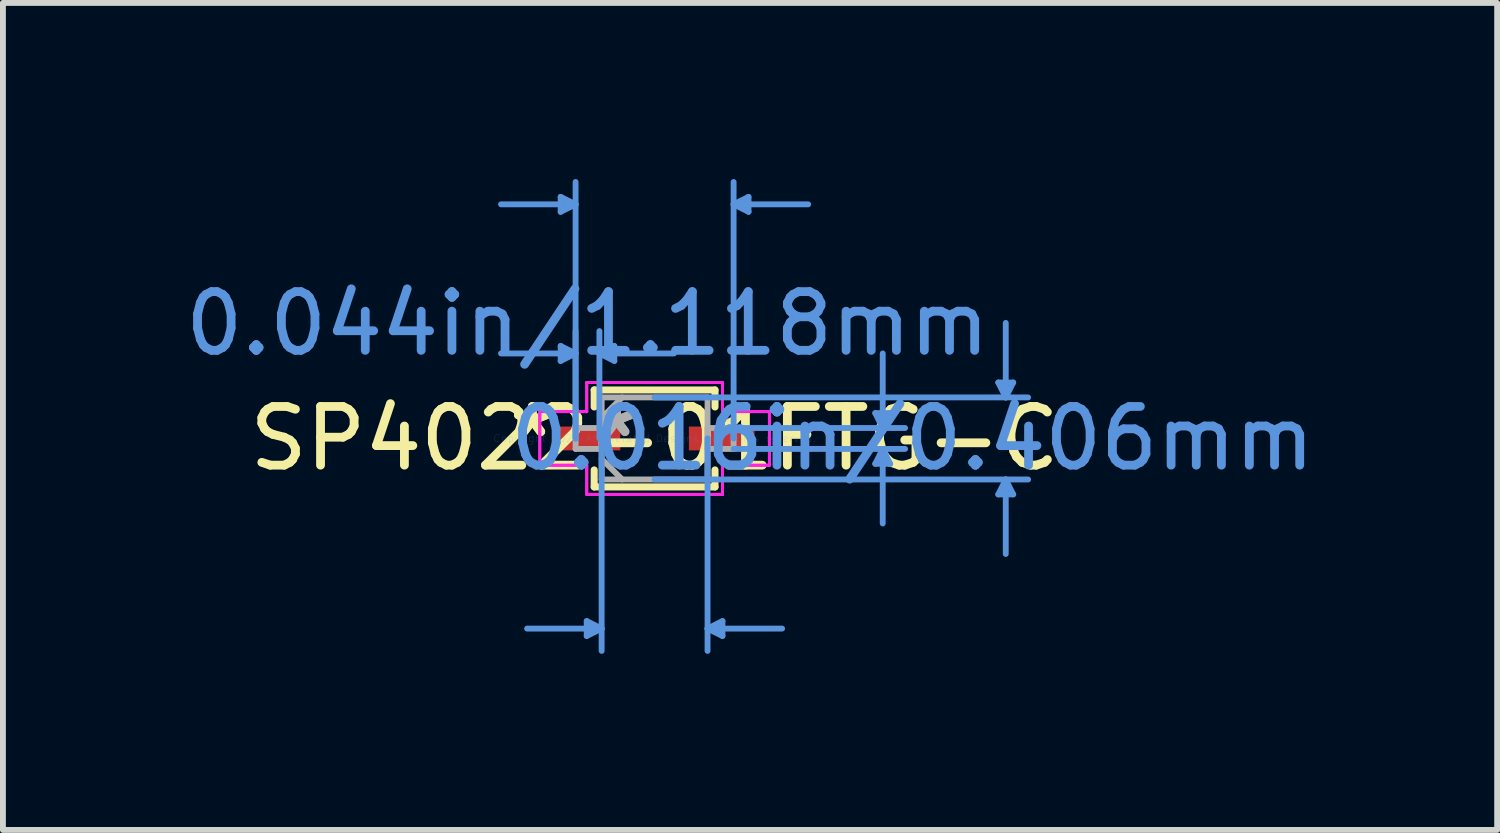
<source format=kicad_pcb>
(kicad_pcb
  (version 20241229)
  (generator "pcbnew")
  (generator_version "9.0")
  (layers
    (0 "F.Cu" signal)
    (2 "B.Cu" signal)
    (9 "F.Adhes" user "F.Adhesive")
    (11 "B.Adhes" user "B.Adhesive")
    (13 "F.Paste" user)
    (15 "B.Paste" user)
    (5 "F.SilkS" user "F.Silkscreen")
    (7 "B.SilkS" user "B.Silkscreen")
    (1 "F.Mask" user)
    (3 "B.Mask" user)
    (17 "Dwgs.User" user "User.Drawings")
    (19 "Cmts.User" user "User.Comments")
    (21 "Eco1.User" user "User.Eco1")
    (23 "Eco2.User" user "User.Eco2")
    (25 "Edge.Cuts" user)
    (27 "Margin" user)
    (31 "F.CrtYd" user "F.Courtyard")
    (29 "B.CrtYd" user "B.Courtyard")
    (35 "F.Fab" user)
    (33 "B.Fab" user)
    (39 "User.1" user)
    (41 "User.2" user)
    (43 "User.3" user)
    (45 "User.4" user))
  (footprint "SP4022-01FTG-C"
    (layer "F.Cu")
    (at 8.101 4.419)
    (property "Reference" "SP4022-01FTG-C" (at 0 0 0) (layer "F.SilkS") (effects (font (size 1 1) (thickness 0.15))))
    (attr through_hole)
    (fp_line (start -1.029 -0.826) (end -1.029 -0.536) (stroke (width 0.12) (type solid)) (layer "F.SilkS"))
    (fp_line (start -1.029 0.536) (end -1.029 0.826) (stroke (width 0.12) (type solid)) (layer "F.SilkS"))
    (fp_line (start -1.029 0.826) (end 1.029 0.826) (stroke (width 0.12) (type solid)) (layer "F.SilkS"))
    (fp_line (start 1.029 -0.826) (end -1.029 -0.826) (stroke (width 0.12) (type solid)) (layer "F.SilkS"))
    (fp_line (start 1.029 -0.536) (end 1.029 -0.826) (stroke (width 0.12) (type solid)) (layer "F.SilkS"))
    (fp_line (start 1.029 0.826) (end 1.029 0.536) (stroke (width 0.12) (type solid)) (layer "F.SilkS"))
    (fp_line (start -1.6 -4.115) (end -1.6 -3.861) (stroke (width 0.1) (type solid)) (layer "Cmts.User"))
    (fp_line (start -1.6 -1.575) (end -1.6 -1.321) (stroke (width 0.1) (type solid)) (layer "Cmts.User"))
    (fp_line (start -1.346 -3.988) (end -2.616 -3.988) (stroke (width 0.1) (type solid)) (layer "Cmts.User"))
    (fp_line (start -1.346 -3.988) (end -1.6 -4.115) (stroke (width 0.1) (type solid)) (layer "Cmts.User"))
    (fp_line (start -1.346 -3.988) (end -1.6 -3.861) (stroke (width 0.1) (type solid)) (layer "Cmts.User"))
    (fp_line (start -1.346 -1.448) (end -2.616 -1.448) (stroke (width 0.1) (type solid)) (layer "Cmts.User"))
    (fp_line (start -1.346 -1.448) (end -1.6 -1.575) (stroke (width 0.1) (type solid)) (layer "Cmts.User"))
    (fp_line (start -1.346 -1.448) (end -1.6 -1.321) (stroke (width 0.1) (type solid)) (layer "Cmts.User"))
    (fp_line (start -1.346 0) (end -1.346 -4.369) (stroke (width 0.1) (type solid)) (layer "Cmts.User"))
    (fp_line (start -1.346 0) (end -1.346 -1.829) (stroke (width 0.1) (type solid)) (layer "Cmts.User"))
    (fp_line (start -1.156 3.111) (end -1.156 3.365) (stroke (width 0.1) (type solid)) (layer "Cmts.User"))
    (fp_line (start -0.94 -1.448) (end -0.686 -1.575) (stroke (width 0.1) (type solid)) (layer "Cmts.User"))
    (fp_line (start -0.94 -1.448) (end -0.686 -1.321) (stroke (width 0.1) (type solid)) (layer "Cmts.User"))
    (fp_line (start -0.94 -1.448) (end 0.33 -1.448) (stroke (width 0.1) (type solid)) (layer "Cmts.User"))
    (fp_line (start -0.94 0) (end -0.94 -1.829) (stroke (width 0.1) (type solid)) (layer "Cmts.User"))
    (fp_line (start -0.902 0) (end -0.902 3.619) (stroke (width 0.1) (type solid)) (layer "Cmts.User"))
    (fp_line (start -0.902 3.239) (end -2.172 3.239) (stroke (width 0.1) (type solid)) (layer "Cmts.User"))
    (fp_line (start -0.902 3.239) (end -1.156 3.111) (stroke (width 0.1) (type solid)) (layer "Cmts.User"))
    (fp_line (start -0.902 3.239) (end -1.156 3.365) (stroke (width 0.1) (type solid)) (layer "Cmts.User"))
    (fp_line (start -0.686 -1.575) (end -0.686 -1.321) (stroke (width 0.1) (type solid)) (layer "Cmts.User"))
    (fp_line (start 0 -0.699) (end 6.363 -0.699) (stroke (width 0.1) (type solid)) (layer "Cmts.User"))
    (fp_line (start 0 0.699) (end 6.363 0.699) (stroke (width 0.1) (type solid)) (layer "Cmts.User"))
    (fp_line (start 0.902 0) (end 0.902 3.619) (stroke (width 0.1) (type solid)) (layer "Cmts.User"))
    (fp_line (start 0.902 3.239) (end 1.156 3.111) (stroke (width 0.1) (type solid)) (layer "Cmts.User"))
    (fp_line (start 0.902 3.239) (end 1.156 3.365) (stroke (width 0.1) (type solid)) (layer "Cmts.User"))
    (fp_line (start 0.902 3.239) (end 2.172 3.239) (stroke (width 0.1) (type solid)) (layer "Cmts.User"))
    (fp_line (start 1.156 3.111) (end 1.156 3.365) (stroke (width 0.1) (type solid)) (layer "Cmts.User"))
    (fp_line (start 1.346 -3.988) (end 1.6 -4.115) (stroke (width 0.1) (type solid)) (layer "Cmts.User"))
    (fp_line (start 1.346 -3.988) (end 1.6 -3.861) (stroke (width 0.1) (type solid)) (layer "Cmts.User"))
    (fp_line (start 1.346 -3.988) (end 2.616 -3.988) (stroke (width 0.1) (type solid)) (layer "Cmts.User"))
    (fp_line (start 1.346 -0.178) (end 4.267 -0.178) (stroke (width 0.1) (type solid)) (layer "Cmts.User"))
    (fp_line (start 1.346 0) (end 1.346 -4.369) (stroke (width 0.1) (type solid)) (layer "Cmts.User"))
    (fp_line (start 1.346 0.178) (end 4.267 0.178) (stroke (width 0.1) (type solid)) (layer "Cmts.User"))
    (fp_line (start 1.6 -4.115) (end 1.6 -3.861) (stroke (width 0.1) (type solid)) (layer "Cmts.User"))
    (fp_line (start 3.759 -0.432) (end 4.013 -0.432) (stroke (width 0.1) (type solid)) (layer "Cmts.User"))
    (fp_line (start 3.759 0.432) (end 4.013 0.432) (stroke (width 0.1) (type solid)) (layer "Cmts.User"))
    (fp_line (start 3.886 -0.178) (end 3.759 -0.432) (stroke (width 0.1) (type solid)) (layer "Cmts.User"))
    (fp_line (start 3.886 -0.178) (end 3.886 -1.448) (stroke (width 0.1) (type solid)) (layer "Cmts.User"))
    (fp_line (start 3.886 -0.178) (end 4.013 -0.432) (stroke (width 0.1) (type solid)) (layer "Cmts.User"))
    (fp_line (start 3.886 0.178) (end 3.759 0.432) (stroke (width 0.1) (type solid)) (layer "Cmts.User"))
    (fp_line (start 3.886 0.178) (end 3.886 1.448) (stroke (width 0.1) (type solid)) (layer "Cmts.User"))
    (fp_line (start 3.886 0.178) (end 4.013 0.432) (stroke (width 0.1) (type solid)) (layer "Cmts.User"))
    (fp_line (start 5.855 -0.953) (end 6.109 -0.953) (stroke (width 0.1) (type solid)) (layer "Cmts.User"))
    (fp_line (start 5.855 0.953) (end 6.109 0.953) (stroke (width 0.1) (type solid)) (layer "Cmts.User"))
    (fp_line (start 5.982 -0.699) (end 5.855 -0.953) (stroke (width 0.1) (type solid)) (layer "Cmts.User"))
    (fp_line (start 5.982 -0.699) (end 5.982 -1.968) (stroke (width 0.1) (type solid)) (layer "Cmts.User"))
    (fp_line (start 5.982 -0.699) (end 6.109 -0.953) (stroke (width 0.1) (type solid)) (layer "Cmts.User"))
    (fp_line (start 5.982 0.699) (end 5.855 0.953) (stroke (width 0.1) (type solid)) (layer "Cmts.User"))
    (fp_line (start 5.982 0.699) (end 5.982 1.968) (stroke (width 0.1) (type solid)) (layer "Cmts.User"))
    (fp_line (start 5.982 0.699) (end 6.109 0.953) (stroke (width 0.1) (type solid)) (layer "Cmts.User"))
    (fp_line (start -1.956 -0.457) (end -1.156 -0.457) (stroke (width 0.05) (type solid)) (layer "F.CrtYd"))
    (fp_line (start -1.956 -0.457) (end -1.156 -0.457) (stroke (width 0.05) (type solid)) (layer "F.CrtYd"))
    (fp_line (start -1.956 0.457) (end -1.956 -0.457) (stroke (width 0.05) (type solid)) (layer "F.CrtYd"))
    (fp_line (start -1.956 0.457) (end -1.956 -0.457) (stroke (width 0.05) (type solid)) (layer "F.CrtYd"))
    (fp_line (start -1.156 -0.953) (end 1.156 -0.953) (stroke (width 0.05) (type solid)) (layer "F.CrtYd"))
    (fp_line (start -1.156 -0.953) (end 1.156 -0.953) (stroke (width 0.05) (type solid)) (layer "F.CrtYd"))
    (fp_line (start -1.156 -0.457) (end -1.156 -0.953) (stroke (width 0.05) (type solid)) (layer "F.CrtYd"))
    (fp_line (start -1.156 -0.457) (end -1.156 -0.953) (stroke (width 0.05) (type solid)) (layer "F.CrtYd"))
    (fp_line (start -1.156 0.457) (end -1.956 0.457) (stroke (width 0.05) (type solid)) (layer "F.CrtYd"))
    (fp_line (start -1.156 0.457) (end -1.956 0.457) (stroke (width 0.05) (type solid)) (layer "F.CrtYd"))
    (fp_line (start -1.156 0.953) (end -1.156 0.457) (stroke (width 0.05) (type solid)) (layer "F.CrtYd"))
    (fp_line (start -1.156 0.953) (end -1.156 0.457) (stroke (width 0.05) (type solid)) (layer "F.CrtYd"))
    (fp_line (start 1.156 -0.953) (end 1.156 -0.457) (stroke (width 0.05) (type solid)) (layer "F.CrtYd"))
    (fp_line (start 1.156 -0.953) (end 1.156 -0.457) (stroke (width 0.05) (type solid)) (layer "F.CrtYd"))
    (fp_line (start 1.156 -0.457) (end 1.956 -0.457) (stroke (width 0.05) (type solid)) (layer "F.CrtYd"))
    (fp_line (start 1.156 -0.457) (end 1.956 -0.457) (stroke (width 0.05) (type solid)) (layer "F.CrtYd"))
    (fp_line (start 1.156 0.457) (end 1.156 0.953) (stroke (width 0.05) (type solid)) (layer "F.CrtYd"))
    (fp_line (start 1.156 0.457) (end 1.156 0.953) (stroke (width 0.05) (type solid)) (layer "F.CrtYd"))
    (fp_line (start 1.156 0.953) (end -1.156 0.953) (stroke (width 0.05) (type solid)) (layer "F.CrtYd"))
    (fp_line (start 1.156 0.953) (end -1.156 0.953) (stroke (width 0.05) (type solid)) (layer "F.CrtYd"))
    (fp_line (start 1.956 -0.457) (end 1.956 0.457) (stroke (width 0.05) (type solid)) (layer "F.CrtYd"))
    (fp_line (start 1.956 -0.457) (end 1.956 0.457) (stroke (width 0.05) (type solid)) (layer "F.CrtYd"))
    (fp_line (start 1.956 0.457) (end 1.156 0.457) (stroke (width 0.05) (type solid)) (layer "F.CrtYd"))
    (fp_line (start 1.956 0.457) (end 1.156 0.457) (stroke (width 0.05) (type solid)) (layer "F.CrtYd"))
    (fp_line (start -1.346 -0.178) (end -1.346 0.178) (stroke (width 0.1) (type solid)) (layer "F.Fab"))
    (fp_line (start -1.346 0.178) (end -0.902 0.178) (stroke (width 0.1) (type solid)) (layer "F.Fab"))
    (fp_line (start -0.902 -0.699) (end -0.902 0.699) (stroke (width 0.1) (type solid)) (layer "F.Fab"))
    (fp_line (start -0.902 -0.349) (end -0.552 -0.699) (stroke (width 0.1) (type solid)) (layer "F.Fab"))
    (fp_line (start -0.902 -0.178) (end -1.346 -0.178) (stroke (width 0.1) (type solid)) (layer "F.Fab"))
    (fp_line (start -0.902 0.178) (end -0.902 -0.178) (stroke (width 0.1) (type solid)) (layer "F.Fab"))
    (fp_line (start -0.902 0.349) (end -0.552 0.699) (stroke (width 0.1) (type solid)) (layer "F.Fab"))
    (fp_line (start -0.902 0.699) (end 0.902 0.699) (stroke (width 0.1) (type solid)) (layer "F.Fab"))
    (fp_line (start 0.902 -0.699) (end -0.902 -0.699) (stroke (width 0.1) (type solid)) (layer "F.Fab"))
    (fp_line (start 0.902 -0.178) (end 0.902 0.178) (stroke (width 0.1) (type solid)) (layer "F.Fab"))
    (fp_line (start 0.902 0.178) (end 1.346 0.178) (stroke (width 0.1) (type solid)) (layer "F.Fab"))
    (fp_line (start 0.902 0.699) (end 0.902 -0.699) (stroke (width 0.1) (type solid)) (layer "F.Fab"))
    (fp_line (start 1.346 -0.178) (end 0.902 -0.178) (stroke (width 0.1) (type solid)) (layer "F.Fab"))
    (fp_line (start 1.346 0.178) (end 1.346 -0.178) (stroke (width 0.1) (type solid)) (layer "F.Fab"))
    (fp_text user "*" (at -2.083 0 0) (layer "F.SilkS") (effects (font (size 1 1) (thickness 0.15))))
    (fp_text user "*" (at -2.083 0 0) (layer "F.SilkS") (effects (font (size 1 1) (thickness 0.15))))
    (fp_text user "0.016in/0.406mm" (at 4.394 0 0) (layer "Cmts.User") (effects (font (size 1 1) (thickness 0.15))))
    (fp_text user "Copyright 2021 Accelerated Designs. All rights reserved." (at 0 0 0) (layer "Cmts.User") (effects (font (size 0.127 0.127) (thickness 0.002))))
    (fp_text user "0.044in/1.118mm" (at -1.143 -1.956 0) (layer "Cmts.User") (effects (font (size 1 1) (thickness 0.15))))
    (fp_text user "*" (at -0.648 0 0) (layer "F.Fab") (effects (font (size 1 1) (thickness 0.15))))
    (fp_text user "*" (at -0.648 0 0) (layer "F.Fab") (effects (font (size 1 1) (thickness 0.15))))
    (pad "1" smd rect (at -1.143 0) (size 1.118 0.406) (layers "F.Cu" "F.Mask" "F.Paste"))
    (pad "2" smd rect (at 1.143 0) (size 1.118 0.406) (layers "F.Cu" "F.Mask" "F.Paste")))
  (gr_rect
    (start -3 -3)
    (end 22.454 11.088)
    (stroke (width 0.1) (type default))
    (fill no)
    (layer "Edge.Cuts")))
</source>
